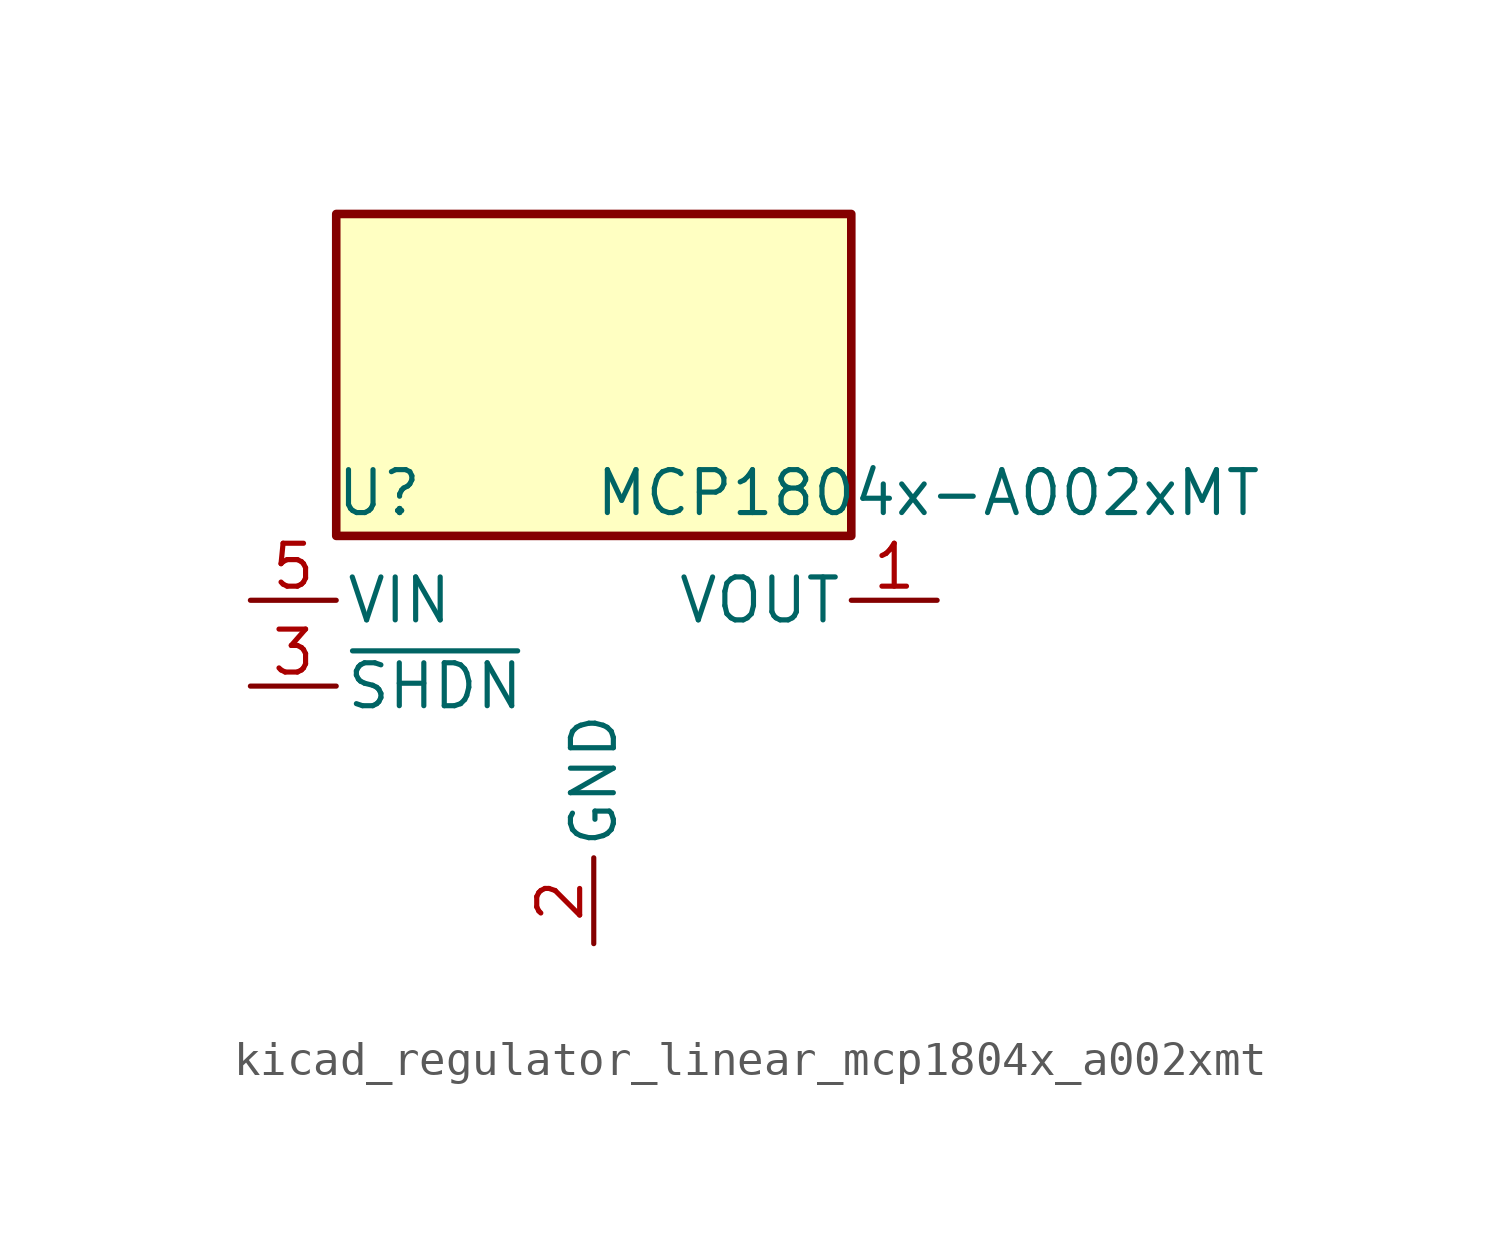
<source format=kicad_sym>
(kicad_symbol_lib
  (version 20220914)
  (generator kicad_symbol_editor)
  (symbol "kicad_regulator_linear_mcp1804x_a002xmt"
    (pin_names
      (offset 0.254))
    (property "Reference" "U"
      (at -6.35 5.715 0)
      (effects (font (size 1.27 1.27))))
    (property "Value" "MCP1804x-A002xMT"
      (at 0 5.715 0)
      (effects (font (size 1.27 1.27)) (justify left)))
    (symbol "kicad_regulator_linear_mcp1804x_a002xmt_0_1"
      (rectangle (start 7.62 13.97) (end -7.62 4.445) (stroke (width 0.254) (type default)) (fill (type background))))
    (symbol "kicad_regulator_linear_mcp1804x_a002xmt_1_1"
      (pin power_out line (at 10.16 2.54 180) (length 2.54) (name "VOUT" (effects (font (size 1.27 1.27)))) (number "1" (effects (font (size 1.27 1.27)))))
      (pin power_in line (at 0 -7.62 90) (length 2.54) (name "GND" (effects (font (size 1.27 1.27)))) (number "2" (effects (font (size 1.27 1.27)))))
      (pin input line (at -10.16 0 0) (length 2.54) (name "~{SHDN}" (effects (font (size 1.27 1.27)))) (number "3" (effects (font (size 1.27 1.27)))))
      (pin no_connect line (at 7.62 0 180) (length 2.54) hide (name "NC" (effects (font (size 1.27 1.27)))) (number "4" (effects (font (size 1.27 1.27)))))
      (pin power_in line (at -10.16 2.54 0) (length 2.54) (name "VIN" (effects (font (size 1.27 1.27)))) (number "5" (effects (font (size 1.27 1.27))))))))
</source>
